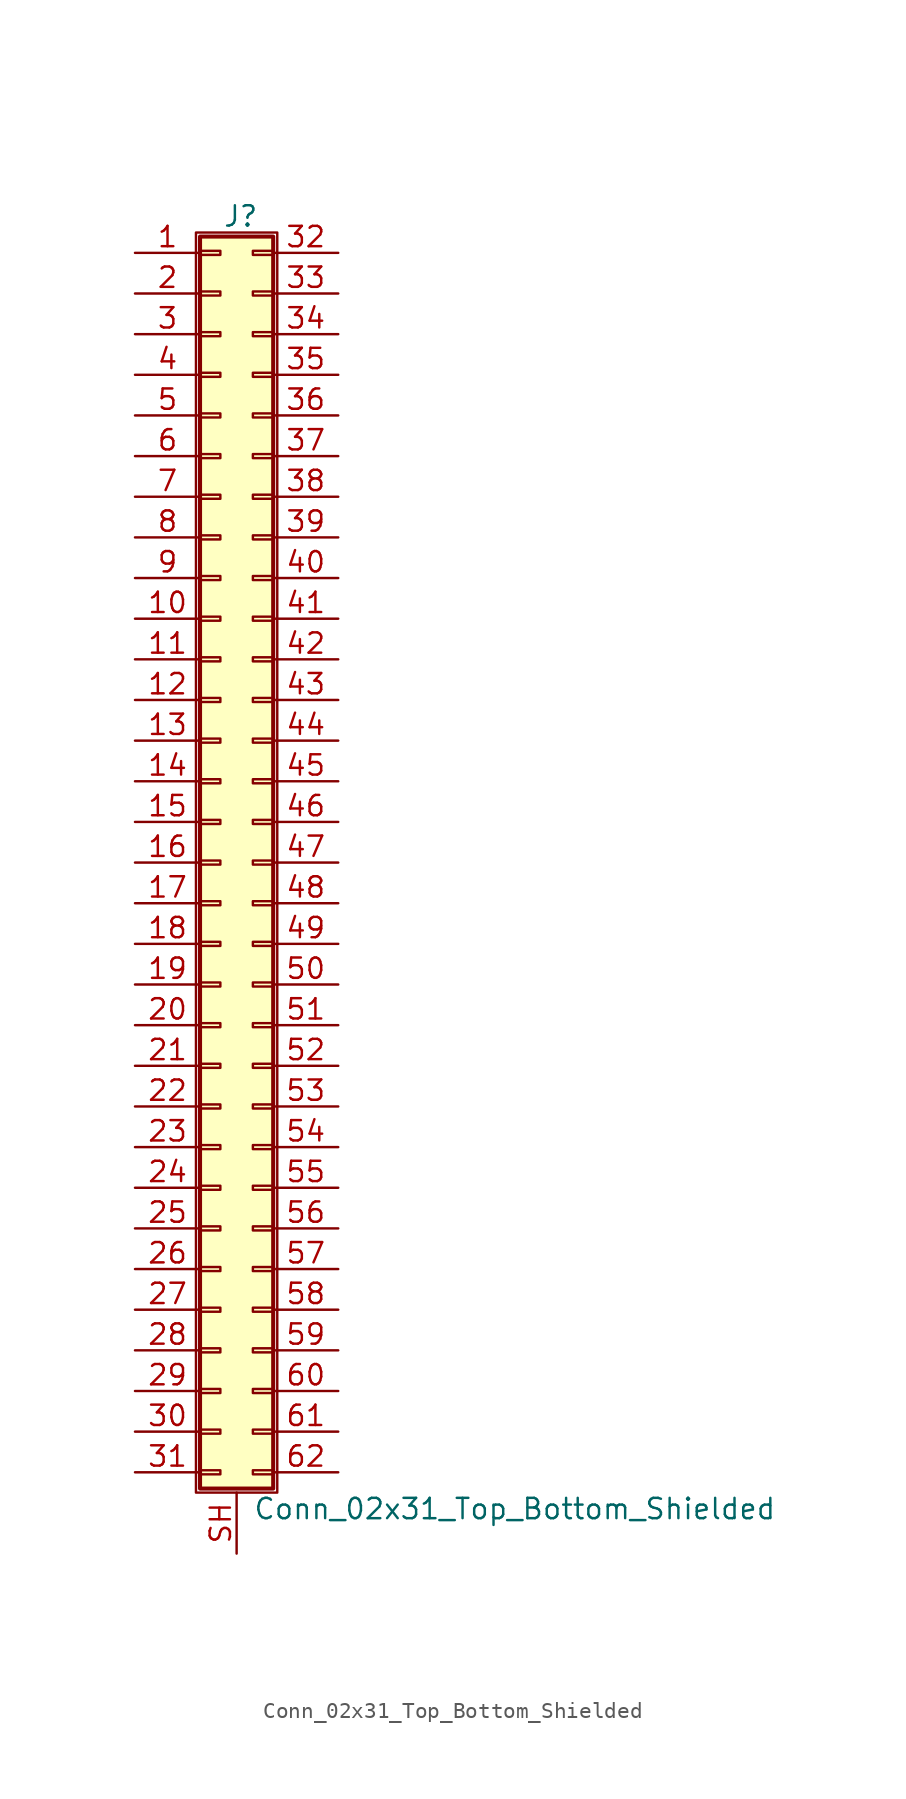
<source format=kicad_sym>
(kicad_symbol_lib
  (version 20201005)
  (generator kicad_symbol_editor)
  (symbol "Connector_Generic_Shielded:Conn_02x31_Top_Bottom_Shielded"
    (pin_names
      (offset 1.016) hide)
    (property "Reference" "J"
      (at 1.524 40.386 0)
      (effects (font (size 1.27 1.27))))
    (property "Value" "Conn_02x31_Top_Bottom_Shielded"
      (at 2.286 -40.386 0)
      (effects (font (size 1.27 1.27)) (justify left)))
    (symbol "Conn_02x31_Top_Bottom_Shielded_1_1"
      (rectangle (start -1.016 -27.813) (end 0.254 -28.067) (stroke (width 0.152)) (fill (type none)))
      (rectangle (start -1.016 -30.353) (end 0.254 -30.607) (stroke (width 0.152)) (fill (type none)))
      (rectangle (start -1.016 -32.893) (end 0.254 -33.147) (stroke (width 0.152)) (fill (type none)))
      (rectangle (start -1.016 -35.433) (end 0.254 -35.687) (stroke (width 0.152)) (fill (type none)))
      (rectangle (start -1.016 -37.973) (end 0.254 -38.227) (stroke (width 0.152)) (fill (type none)))
      (rectangle (start -1.016 -4.953) (end 0.254 -5.207) (stroke (width 0.152)) (fill (type none)))
      (rectangle (start -1.016 -7.493) (end 0.254 -7.747) (stroke (width 0.152)) (fill (type none)))
      (rectangle (start -1.016 -10.033) (end 0.254 -10.287) (stroke (width 0.152)) (fill (type none)))
      (rectangle (start -1.016 -12.573) (end 0.254 -12.827) (stroke (width 0.152)) (fill (type none)))
      (rectangle (start -1.016 -15.113) (end 0.254 -15.367) (stroke (width 0.152)) (fill (type none)))
      (rectangle (start -1.016 -17.653) (end 0.254 -17.907) (stroke (width 0.152)) (fill (type none)))
      (rectangle (start -1.016 -20.193) (end 0.254 -20.447) (stroke (width 0.152)) (fill (type none)))
      (rectangle (start -1.016 -22.733) (end 0.254 -22.987) (stroke (width 0.152)) (fill (type none)))
      (rectangle (start -1.016 -2.413) (end 0.254 -2.667) (stroke (width 0.152)) (fill (type none)))
      (rectangle (start -1.016 -25.273) (end 0.254 -25.527) (stroke (width 0.152)) (fill (type none)))
      (rectangle (start -1.016 25.527) (end 0.254 25.273) (stroke (width 0.152)) (fill (type none)))
      (rectangle (start -1.016 2.667) (end 0.254 2.413) (stroke (width 0.152)) (fill (type none)))
      (rectangle (start -1.016 28.067) (end 0.254 27.813) (stroke (width 0.152)) (fill (type none)))
      (rectangle (start -1.016 30.607) (end 0.254 30.353) (stroke (width 0.152)) (fill (type none)))
      (rectangle (start -1.016 33.147) (end 0.254 32.893) (stroke (width 0.152)) (fill (type none)))
      (rectangle (start -1.016 35.687) (end 0.254 35.433) (stroke (width 0.152)) (fill (type none)))
      (rectangle (start -1.016 38.227) (end 0.254 37.973) (stroke (width 0.152)) (fill (type none)))
      (rectangle (start -1.016 39.116) (end 3.556 -39.116) (stroke (width 0.254)) (fill (type background)))
      (rectangle (start -1.016 5.207) (end 0.254 4.953) (stroke (width 0.152)) (fill (type none)))
      (rectangle (start -1.016 7.747) (end 0.254 7.493) (stroke (width 0.152)) (fill (type none)))
      (rectangle (start -1.016 10.287) (end 0.254 10.033) (stroke (width 0.152)) (fill (type none)))
      (rectangle (start -1.016 0.127) (end 0.254 -0.127) (stroke (width 0.152)) (fill (type none)))
      (rectangle (start -1.016 12.827) (end 0.254 12.573) (stroke (width 0.152)) (fill (type none)))
      (rectangle (start -1.016 15.367) (end 0.254 15.113) (stroke (width 0.152)) (fill (type none)))
      (rectangle (start -1.016 17.907) (end 0.254 17.653) (stroke (width 0.152)) (fill (type none)))
      (rectangle (start -1.016 20.447) (end 0.254 20.193) (stroke (width 0.152)) (fill (type none)))
      (rectangle (start -1.016 22.987) (end 0.254 22.733) (stroke (width 0.152)) (fill (type none)))
      (rectangle (start -1.27 39.37) (end 3.81 -39.37) (stroke (width 0.152)) (fill (type none)))
      (rectangle (start 3.556 -27.813) (end 2.286 -28.067) (stroke (width 0.152)) (fill (type none)))
      (rectangle (start 3.556 -30.353) (end 2.286 -30.607) (stroke (width 0.152)) (fill (type none)))
      (rectangle (start 3.556 -32.893) (end 2.286 -33.147) (stroke (width 0.152)) (fill (type none)))
      (rectangle (start 3.556 -35.433) (end 2.286 -35.687) (stroke (width 0.152)) (fill (type none)))
      (rectangle (start 3.556 -37.973) (end 2.286 -38.227) (stroke (width 0.152)) (fill (type none)))
      (rectangle (start 3.556 -4.953) (end 2.286 -5.207) (stroke (width 0.152)) (fill (type none)))
      (rectangle (start 3.556 -7.493) (end 2.286 -7.747) (stroke (width 0.152)) (fill (type none)))
      (rectangle (start 3.556 -10.033) (end 2.286 -10.287) (stroke (width 0.152)) (fill (type none)))
      (rectangle (start 3.556 -12.573) (end 2.286 -12.827) (stroke (width 0.152)) (fill (type none)))
      (rectangle (start 3.556 -15.113) (end 2.286 -15.367) (stroke (width 0.152)) (fill (type none)))
      (rectangle (start 3.556 -17.653) (end 2.286 -17.907) (stroke (width 0.152)) (fill (type none)))
      (rectangle (start 3.556 -20.193) (end 2.286 -20.447) (stroke (width 0.152)) (fill (type none)))
      (rectangle (start 3.556 -22.733) (end 2.286 -22.987) (stroke (width 0.152)) (fill (type none)))
      (rectangle (start 3.556 -2.413) (end 2.286 -2.667) (stroke (width 0.152)) (fill (type none)))
      (rectangle (start 3.556 -25.273) (end 2.286 -25.527) (stroke (width 0.152)) (fill (type none)))
      (rectangle (start 3.556 25.527) (end 2.286 25.273) (stroke (width 0.152)) (fill (type none)))
      (rectangle (start 3.556 2.667) (end 2.286 2.413) (stroke (width 0.152)) (fill (type none)))
      (rectangle (start 3.556 28.067) (end 2.286 27.813) (stroke (width 0.152)) (fill (type none)))
      (rectangle (start 3.556 30.607) (end 2.286 30.353) (stroke (width 0.152)) (fill (type none)))
      (rectangle (start 3.556 33.147) (end 2.286 32.893) (stroke (width 0.152)) (fill (type none)))
      (rectangle (start 3.556 35.687) (end 2.286 35.433) (stroke (width 0.152)) (fill (type none)))
      (rectangle (start 3.556 38.227) (end 2.286 37.973) (stroke (width 0.152)) (fill (type none)))
      (rectangle (start 3.556 5.207) (end 2.286 4.953) (stroke (width 0.152)) (fill (type none)))
      (rectangle (start 3.556 7.747) (end 2.286 7.493) (stroke (width 0.152)) (fill (type none)))
      (rectangle (start 3.556 10.287) (end 2.286 10.033) (stroke (width 0.152)) (fill (type none)))
      (rectangle (start 3.556 0.127) (end 2.286 -0.127) (stroke (width 0.152)) (fill (type none)))
      (rectangle (start 3.556 12.827) (end 2.286 12.573) (stroke (width 0.152)) (fill (type none)))
      (rectangle (start 3.556 15.367) (end 2.286 15.113) (stroke (width 0.152)) (fill (type none)))
      (rectangle (start 3.556 17.907) (end 2.286 17.653) (stroke (width 0.152)) (fill (type none)))
      (rectangle (start 3.556 20.447) (end 2.286 20.193) (stroke (width 0.152)) (fill (type none)))
      (rectangle (start 3.556 22.987) (end 2.286 22.733) (stroke (width 0.152)) (fill (type none)))
      (pin passive line (at -5.08 38.1 0) (length 4.064) (name "Pin_1" (effects (font (size 1.27 1.27)))) (number "1" (effects (font (size 1.27 1.27)))))
      (pin passive line (at -5.08 15.24 0) (length 4.064) (name "Pin_10" (effects (font (size 1.27 1.27)))) (number "10" (effects (font (size 1.27 1.27)))))
      (pin passive line (at -5.08 12.7 0) (length 4.064) (name "Pin_11" (effects (font (size 1.27 1.27)))) (number "11" (effects (font (size 1.27 1.27)))))
      (pin passive line (at -5.08 10.16 0) (length 4.064) (name "Pin_12" (effects (font (size 1.27 1.27)))) (number "12" (effects (font (size 1.27 1.27)))))
      (pin passive line (at -5.08 7.62 0) (length 4.064) (name "Pin_13" (effects (font (size 1.27 1.27)))) (number "13" (effects (font (size 1.27 1.27)))))
      (pin passive line (at -5.08 5.08 0) (length 4.064) (name "Pin_14" (effects (font (size 1.27 1.27)))) (number "14" (effects (font (size 1.27 1.27)))))
      (pin passive line (at -5.08 2.54 0) (length 4.064) (name "Pin_15" (effects (font (size 1.27 1.27)))) (number "15" (effects (font (size 1.27 1.27)))))
      (pin passive line (at -5.08 0 0) (length 4.064) (name "Pin_16" (effects (font (size 1.27 1.27)))) (number "16" (effects (font (size 1.27 1.27)))))
      (pin passive line (at -5.08 -2.54 0) (length 4.064) (name "Pin_17" (effects (font (size 1.27 1.27)))) (number "17" (effects (font (size 1.27 1.27)))))
      (pin passive line (at -5.08 -5.08 0) (length 4.064) (name "Pin_18" (effects (font (size 1.27 1.27)))) (number "18" (effects (font (size 1.27 1.27)))))
      (pin passive line (at -5.08 -7.62 0) (length 4.064) (name "Pin_19" (effects (font (size 1.27 1.27)))) (number "19" (effects (font (size 1.27 1.27)))))
      (pin passive line (at -5.08 35.56 0) (length 4.064) (name "Pin_2" (effects (font (size 1.27 1.27)))) (number "2" (effects (font (size 1.27 1.27)))))
      (pin passive line (at -5.08 -10.16 0) (length 4.064) (name "Pin_20" (effects (font (size 1.27 1.27)))) (number "20" (effects (font (size 1.27 1.27)))))
      (pin passive line (at -5.08 -12.7 0) (length 4.064) (name "Pin_21" (effects (font (size 1.27 1.27)))) (number "21" (effects (font (size 1.27 1.27)))))
      (pin passive line (at -5.08 -15.24 0) (length 4.064) (name "Pin_22" (effects (font (size 1.27 1.27)))) (number "22" (effects (font (size 1.27 1.27)))))
      (pin passive line (at -5.08 -17.78 0) (length 4.064) (name "Pin_23" (effects (font (size 1.27 1.27)))) (number "23" (effects (font (size 1.27 1.27)))))
      (pin passive line (at -5.08 -20.32 0) (length 4.064) (name "Pin_24" (effects (font (size 1.27 1.27)))) (number "24" (effects (font (size 1.27 1.27)))))
      (pin passive line (at -5.08 -22.86 0) (length 4.064) (name "Pin_25" (effects (font (size 1.27 1.27)))) (number "25" (effects (font (size 1.27 1.27)))))
      (pin passive line (at -5.08 -25.4 0) (length 4.064) (name "Pin_26" (effects (font (size 1.27 1.27)))) (number "26" (effects (font (size 1.27 1.27)))))
      (pin passive line (at -5.08 -27.94 0) (length 4.064) (name "Pin_27" (effects (font (size 1.27 1.27)))) (number "27" (effects (font (size 1.27 1.27)))))
      (pin passive line (at -5.08 -30.48 0) (length 4.064) (name "Pin_28" (effects (font (size 1.27 1.27)))) (number "28" (effects (font (size 1.27 1.27)))))
      (pin passive line (at -5.08 -33.02 0) (length 4.064) (name "Pin_29" (effects (font (size 1.27 1.27)))) (number "29" (effects (font (size 1.27 1.27)))))
      (pin passive line (at -5.08 33.02 0) (length 4.064) (name "Pin_3" (effects (font (size 1.27 1.27)))) (number "3" (effects (font (size 1.27 1.27)))))
      (pin passive line (at -5.08 -35.56 0) (length 4.064) (name "Pin_30" (effects (font (size 1.27 1.27)))) (number "30" (effects (font (size 1.27 1.27)))))
      (pin passive line (at -5.08 -38.1 0) (length 4.064) (name "Pin_31" (effects (font (size 1.27 1.27)))) (number "31" (effects (font (size 1.27 1.27)))))
      (pin passive line (at 7.62 38.1 180) (length 4.064) (name "Pin_32" (effects (font (size 1.27 1.27)))) (number "32" (effects (font (size 1.27 1.27)))))
      (pin passive line (at 7.62 35.56 180) (length 4.064) (name "Pin_33" (effects (font (size 1.27 1.27)))) (number "33" (effects (font (size 1.27 1.27)))))
      (pin passive line (at 7.62 33.02 180) (length 4.064) (name "Pin_34" (effects (font (size 1.27 1.27)))) (number "34" (effects (font (size 1.27 1.27)))))
      (pin passive line (at 7.62 30.48 180) (length 4.064) (name "Pin_35" (effects (font (size 1.27 1.27)))) (number "35" (effects (font (size 1.27 1.27)))))
      (pin passive line (at 7.62 27.94 180) (length 4.064) (name "Pin_36" (effects (font (size 1.27 1.27)))) (number "36" (effects (font (size 1.27 1.27)))))
      (pin passive line (at 7.62 25.4 180) (length 4.064) (name "Pin_37" (effects (font (size 1.27 1.27)))) (number "37" (effects (font (size 1.27 1.27)))))
      (pin passive line (at 7.62 22.86 180) (length 4.064) (name "Pin_38" (effects (font (size 1.27 1.27)))) (number "38" (effects (font (size 1.27 1.27)))))
      (pin passive line (at 7.62 20.32 180) (length 4.064) (name "Pin_39" (effects (font (size 1.27 1.27)))) (number "39" (effects (font (size 1.27 1.27)))))
      (pin passive line (at -5.08 30.48 0) (length 4.064) (name "Pin_4" (effects (font (size 1.27 1.27)))) (number "4" (effects (font (size 1.27 1.27)))))
      (pin passive line (at 7.62 17.78 180) (length 4.064) (name "Pin_40" (effects (font (size 1.27 1.27)))) (number "40" (effects (font (size 1.27 1.27)))))
      (pin passive line (at 7.62 15.24 180) (length 4.064) (name "Pin_41" (effects (font (size 1.27 1.27)))) (number "41" (effects (font (size 1.27 1.27)))))
      (pin passive line (at 7.62 12.7 180) (length 4.064) (name "Pin_42" (effects (font (size 1.27 1.27)))) (number "42" (effects (font (size 1.27 1.27)))))
      (pin passive line (at 7.62 10.16 180) (length 4.064) (name "Pin_43" (effects (font (size 1.27 1.27)))) (number "43" (effects (font (size 1.27 1.27)))))
      (pin passive line (at 7.62 7.62 180) (length 4.064) (name "Pin_44" (effects (font (size 1.27 1.27)))) (number "44" (effects (font (size 1.27 1.27)))))
      (pin passive line (at 7.62 5.08 180) (length 4.064) (name "Pin_45" (effects (font (size 1.27 1.27)))) (number "45" (effects (font (size 1.27 1.27)))))
      (pin passive line (at 7.62 2.54 180) (length 4.064) (name "Pin_46" (effects (font (size 1.27 1.27)))) (number "46" (effects (font (size 1.27 1.27)))))
      (pin passive line (at 7.62 0 180) (length 4.064) (name "Pin_47" (effects (font (size 1.27 1.27)))) (number "47" (effects (font (size 1.27 1.27)))))
      (pin passive line (at 7.62 -2.54 180) (length 4.064) (name "Pin_48" (effects (font (size 1.27 1.27)))) (number "48" (effects (font (size 1.27 1.27)))))
      (pin passive line (at 7.62 -5.08 180) (length 4.064) (name "Pin_49" (effects (font (size 1.27 1.27)))) (number "49" (effects (font (size 1.27 1.27)))))
      (pin passive line (at -5.08 27.94 0) (length 4.064) (name "Pin_5" (effects (font (size 1.27 1.27)))) (number "5" (effects (font (size 1.27 1.27)))))
      (pin passive line (at 7.62 -7.62 180) (length 4.064) (name "Pin_50" (effects (font (size 1.27 1.27)))) (number "50" (effects (font (size 1.27 1.27)))))
      (pin passive line (at 7.62 -10.16 180) (length 4.064) (name "Pin_51" (effects (font (size 1.27 1.27)))) (number "51" (effects (font (size 1.27 1.27)))))
      (pin passive line (at 7.62 -12.7 180) (length 4.064) (name "Pin_52" (effects (font (size 1.27 1.27)))) (number "52" (effects (font (size 1.27 1.27)))))
      (pin passive line (at 7.62 -15.24 180) (length 4.064) (name "Pin_53" (effects (font (size 1.27 1.27)))) (number "53" (effects (font (size 1.27 1.27)))))
      (pin passive line (at 7.62 -17.78 180) (length 4.064) (name "Pin_54" (effects (font (size 1.27 1.27)))) (number "54" (effects (font (size 1.27 1.27)))))
      (pin passive line (at 7.62 -20.32 180) (length 4.064) (name "Pin_55" (effects (font (size 1.27 1.27)))) (number "55" (effects (font (size 1.27 1.27)))))
      (pin passive line (at 7.62 -22.86 180) (length 4.064) (name "Pin_56" (effects (font (size 1.27 1.27)))) (number "56" (effects (font (size 1.27 1.27)))))
      (pin passive line (at 7.62 -25.4 180) (length 4.064) (name "Pin_57" (effects (font (size 1.27 1.27)))) (number "57" (effects (font (size 1.27 1.27)))))
      (pin passive line (at 7.62 -27.94 180) (length 4.064) (name "Pin_58" (effects (font (size 1.27 1.27)))) (number "58" (effects (font (size 1.27 1.27)))))
      (pin passive line (at 7.62 -30.48 180) (length 4.064) (name "Pin_59" (effects (font (size 1.27 1.27)))) (number "59" (effects (font (size 1.27 1.27)))))
      (pin passive line (at -5.08 25.4 0) (length 4.064) (name "Pin_6" (effects (font (size 1.27 1.27)))) (number "6" (effects (font (size 1.27 1.27)))))
      (pin passive line (at 7.62 -33.02 180) (length 4.064) (name "Pin_60" (effects (font (size 1.27 1.27)))) (number "60" (effects (font (size 1.27 1.27)))))
      (pin passive line (at 7.62 -35.56 180) (length 4.064) (name "Pin_61" (effects (font (size 1.27 1.27)))) (number "61" (effects (font (size 1.27 1.27)))))
      (pin passive line (at 7.62 -38.1 180) (length 4.064) (name "Pin_62" (effects (font (size 1.27 1.27)))) (number "62" (effects (font (size 1.27 1.27)))))
      (pin passive line (at -5.08 22.86 0) (length 4.064) (name "Pin_7" (effects (font (size 1.27 1.27)))) (number "7" (effects (font (size 1.27 1.27)))))
      (pin passive line (at -5.08 20.32 0) (length 4.064) (name "Pin_8" (effects (font (size 1.27 1.27)))) (number "8" (effects (font (size 1.27 1.27)))))
      (pin passive line (at -5.08 17.78 0) (length 4.064) (name "Pin_9" (effects (font (size 1.27 1.27)))) (number "9" (effects (font (size 1.27 1.27)))))
      (pin passive line (at 1.27 -43.18 90) (length 3.81) (name "Shield" (effects (font (size 1.27 1.27)))) (number "SH" (effects (font (size 1.27 1.27))))))))
</source>
